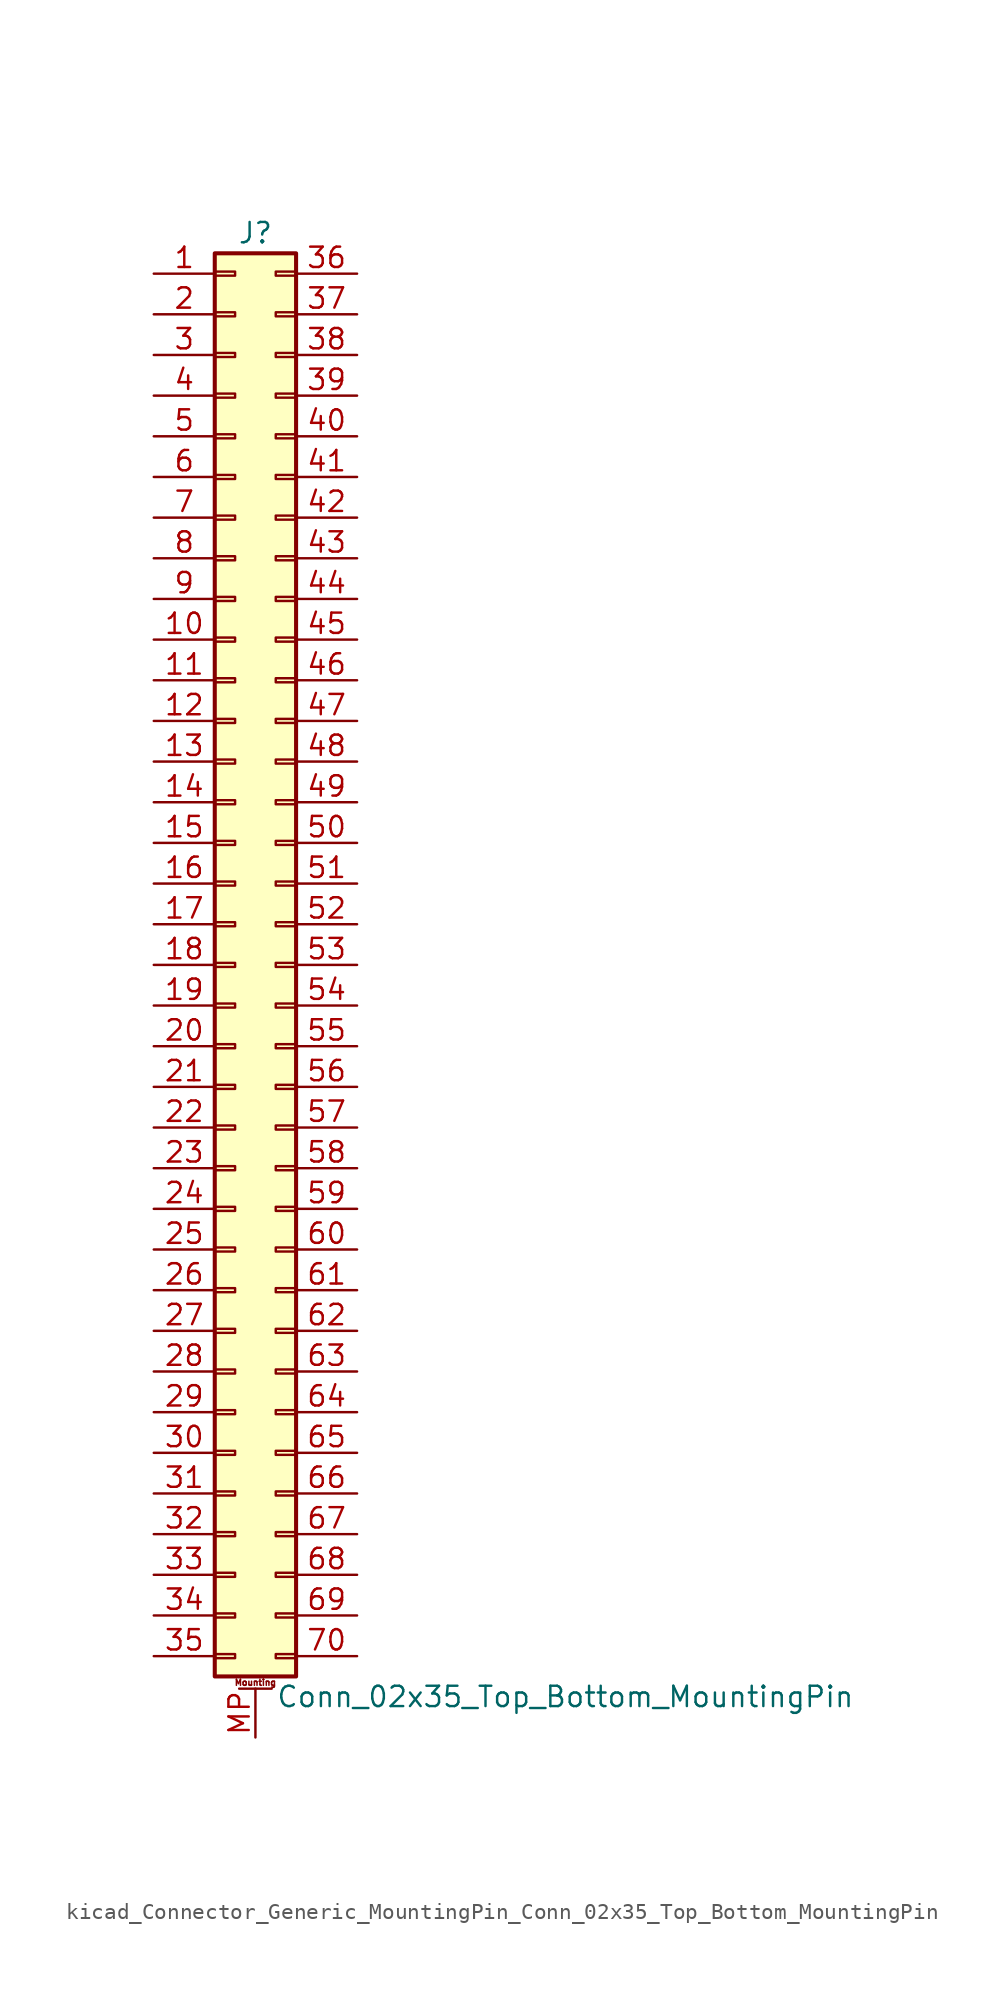
<source format=kicad_sym>
(kicad_symbol_lib
  (version 20220914)
  (generator kicad_symbol_editor)
  (symbol "kicad_Connector_Generic_MountingPin_Conn_02x35_Top_Bottom_MountingPin"
    (pin_names
      (offset 1.016) hide)
    (property "Reference" "J"
      (at 1.27 45.72 0)
      (effects (font (size 1.27 1.27))))
    (property "Value" "Conn_02x35_Top_Bottom_MountingPin"
      (at 2.54 -45.72 0)
      (effects (font (size 1.27 1.27)) (justify left)))
    (symbol "kicad_Connector_Generic_MountingPin_Conn_02x35_Top_Bottom_MountingPin_1_1"
      (rectangle (start -1.27 -43.053) (end 0 -43.307) (stroke (width 0.152) (type default)) (fill (type none)))
      (rectangle (start -1.27 -40.513) (end 0 -40.767) (stroke (width 0.152) (type default)) (fill (type none)))
      (rectangle (start -1.27 -37.973) (end 0 -38.227) (stroke (width 0.152) (type default)) (fill (type none)))
      (rectangle (start -1.27 -35.433) (end 0 -35.687) (stroke (width 0.152) (type default)) (fill (type none)))
      (rectangle (start -1.27 -32.893) (end 0 -33.147) (stroke (width 0.152) (type default)) (fill (type none)))
      (rectangle (start -1.27 -30.353) (end 0 -30.607) (stroke (width 0.152) (type default)) (fill (type none)))
      (rectangle (start -1.27 -27.813) (end 0 -28.067) (stroke (width 0.152) (type default)) (fill (type none)))
      (rectangle (start -1.27 -25.273) (end 0 -25.527) (stroke (width 0.152) (type default)) (fill (type none)))
      (rectangle (start -1.27 -22.733) (end 0 -22.987) (stroke (width 0.152) (type default)) (fill (type none)))
      (rectangle (start -1.27 -20.193) (end 0 -20.447) (stroke (width 0.152) (type default)) (fill (type none)))
      (rectangle (start -1.27 -17.653) (end 0 -17.907) (stroke (width 0.152) (type default)) (fill (type none)))
      (rectangle (start -1.27 -15.113) (end 0 -15.367) (stroke (width 0.152) (type default)) (fill (type none)))
      (rectangle (start -1.27 -12.573) (end 0 -12.827) (stroke (width 0.152) (type default)) (fill (type none)))
      (rectangle (start -1.27 -10.033) (end 0 -10.287) (stroke (width 0.152) (type default)) (fill (type none)))
      (rectangle (start -1.27 -7.493) (end 0 -7.747) (stroke (width 0.152) (type default)) (fill (type none)))
      (rectangle (start -1.27 -4.953) (end 0 -5.207) (stroke (width 0.152) (type default)) (fill (type none)))
      (rectangle (start -1.27 -2.413) (end 0 -2.667) (stroke (width 0.152) (type default)) (fill (type none)))
      (rectangle (start -1.27 0.127) (end 0 -0.127) (stroke (width 0.152) (type default)) (fill (type none)))
      (rectangle (start -1.27 2.667) (end 0 2.413) (stroke (width 0.152) (type default)) (fill (type none)))
      (rectangle (start -1.27 5.207) (end 0 4.953) (stroke (width 0.152) (type default)) (fill (type none)))
      (rectangle (start -1.27 7.747) (end 0 7.493) (stroke (width 0.152) (type default)) (fill (type none)))
      (rectangle (start -1.27 10.287) (end 0 10.033) (stroke (width 0.152) (type default)) (fill (type none)))
      (rectangle (start -1.27 12.827) (end 0 12.573) (stroke (width 0.152) (type default)) (fill (type none)))
      (rectangle (start -1.27 15.367) (end 0 15.113) (stroke (width 0.152) (type default)) (fill (type none)))
      (rectangle (start -1.27 17.907) (end 0 17.653) (stroke (width 0.152) (type default)) (fill (type none)))
      (rectangle (start -1.27 20.447) (end 0 20.193) (stroke (width 0.152) (type default)) (fill (type none)))
      (rectangle (start -1.27 22.987) (end 0 22.733) (stroke (width 0.152) (type default)) (fill (type none)))
      (rectangle (start -1.27 25.527) (end 0 25.273) (stroke (width 0.152) (type default)) (fill (type none)))
      (rectangle (start -1.27 28.067) (end 0 27.813) (stroke (width 0.152) (type default)) (fill (type none)))
      (rectangle (start -1.27 30.607) (end 0 30.353) (stroke (width 0.152) (type default)) (fill (type none)))
      (rectangle (start -1.27 33.147) (end 0 32.893) (stroke (width 0.152) (type default)) (fill (type none)))
      (rectangle (start -1.27 35.687) (end 0 35.433) (stroke (width 0.152) (type default)) (fill (type none)))
      (rectangle (start -1.27 38.227) (end 0 37.973) (stroke (width 0.152) (type default)) (fill (type none)))
      (rectangle (start -1.27 40.767) (end 0 40.513) (stroke (width 0.152) (type default)) (fill (type none)))
      (rectangle (start -1.27 43.307) (end 0 43.053) (stroke (width 0.152) (type default)) (fill (type none)))
      (rectangle (start -1.27 44.45) (end 3.81 -44.45) (stroke (width 0.254) (type default)) (fill (type background)))
      (polyline (pts (xy 0.254 -45.212) (xy 2.286 -45.212)) (stroke (width 0.152) (type default)) (fill (type none)))
      (rectangle (start 3.81 -43.053) (end 2.54 -43.307) (stroke (width 0.152) (type default)) (fill (type none)))
      (rectangle (start 3.81 -40.513) (end 2.54 -40.767) (stroke (width 0.152) (type default)) (fill (type none)))
      (rectangle (start 3.81 -37.973) (end 2.54 -38.227) (stroke (width 0.152) (type default)) (fill (type none)))
      (rectangle (start 3.81 -35.433) (end 2.54 -35.687) (stroke (width 0.152) (type default)) (fill (type none)))
      (rectangle (start 3.81 -32.893) (end 2.54 -33.147) (stroke (width 0.152) (type default)) (fill (type none)))
      (rectangle (start 3.81 -30.353) (end 2.54 -30.607) (stroke (width 0.152) (type default)) (fill (type none)))
      (rectangle (start 3.81 -27.813) (end 2.54 -28.067) (stroke (width 0.152) (type default)) (fill (type none)))
      (rectangle (start 3.81 -25.273) (end 2.54 -25.527) (stroke (width 0.152) (type default)) (fill (type none)))
      (rectangle (start 3.81 -22.733) (end 2.54 -22.987) (stroke (width 0.152) (type default)) (fill (type none)))
      (rectangle (start 3.81 -20.193) (end 2.54 -20.447) (stroke (width 0.152) (type default)) (fill (type none)))
      (rectangle (start 3.81 -17.653) (end 2.54 -17.907) (stroke (width 0.152) (type default)) (fill (type none)))
      (rectangle (start 3.81 -15.113) (end 2.54 -15.367) (stroke (width 0.152) (type default)) (fill (type none)))
      (rectangle (start 3.81 -12.573) (end 2.54 -12.827) (stroke (width 0.152) (type default)) (fill (type none)))
      (rectangle (start 3.81 -10.033) (end 2.54 -10.287) (stroke (width 0.152) (type default)) (fill (type none)))
      (rectangle (start 3.81 -7.493) (end 2.54 -7.747) (stroke (width 0.152) (type default)) (fill (type none)))
      (rectangle (start 3.81 -4.953) (end 2.54 -5.207) (stroke (width 0.152) (type default)) (fill (type none)))
      (rectangle (start 3.81 -2.413) (end 2.54 -2.667) (stroke (width 0.152) (type default)) (fill (type none)))
      (rectangle (start 3.81 0.127) (end 2.54 -0.127) (stroke (width 0.152) (type default)) (fill (type none)))
      (rectangle (start 3.81 2.667) (end 2.54 2.413) (stroke (width 0.152) (type default)) (fill (type none)))
      (rectangle (start 3.81 5.207) (end 2.54 4.953) (stroke (width 0.152) (type default)) (fill (type none)))
      (rectangle (start 3.81 7.747) (end 2.54 7.493) (stroke (width 0.152) (type default)) (fill (type none)))
      (rectangle (start 3.81 10.287) (end 2.54 10.033) (stroke (width 0.152) (type default)) (fill (type none)))
      (rectangle (start 3.81 12.827) (end 2.54 12.573) (stroke (width 0.152) (type default)) (fill (type none)))
      (rectangle (start 3.81 15.367) (end 2.54 15.113) (stroke (width 0.152) (type default)) (fill (type none)))
      (rectangle (start 3.81 17.907) (end 2.54 17.653) (stroke (width 0.152) (type default)) (fill (type none)))
      (rectangle (start 3.81 20.447) (end 2.54 20.193) (stroke (width 0.152) (type default)) (fill (type none)))
      (rectangle (start 3.81 22.987) (end 2.54 22.733) (stroke (width 0.152) (type default)) (fill (type none)))
      (rectangle (start 3.81 25.527) (end 2.54 25.273) (stroke (width 0.152) (type default)) (fill (type none)))
      (rectangle (start 3.81 28.067) (end 2.54 27.813) (stroke (width 0.152) (type default)) (fill (type none)))
      (rectangle (start 3.81 30.607) (end 2.54 30.353) (stroke (width 0.152) (type default)) (fill (type none)))
      (rectangle (start 3.81 33.147) (end 2.54 32.893) (stroke (width 0.152) (type default)) (fill (type none)))
      (rectangle (start 3.81 35.687) (end 2.54 35.433) (stroke (width 0.152) (type default)) (fill (type none)))
      (rectangle (start 3.81 38.227) (end 2.54 37.973) (stroke (width 0.152) (type default)) (fill (type none)))
      (rectangle (start 3.81 40.767) (end 2.54 40.513) (stroke (width 0.152) (type default)) (fill (type none)))
      (rectangle (start 3.81 43.307) (end 2.54 43.053) (stroke (width 0.152) (type default)) (fill (type none)))
      (text "Mounting" (at 1.27 -44.831 0) (effects (font (size 0.381 0.381))))
      (pin passive line (at -5.08 43.18 0) (length 3.81) (name "Pin_1" (effects (font (size 1.27 1.27)))) (number "1" (effects (font (size 1.27 1.27)))))
      (pin passive line (at -5.08 20.32 0) (length 3.81) (name "Pin_10" (effects (font (size 1.27 1.27)))) (number "10" (effects (font (size 1.27 1.27)))))
      (pin passive line (at -5.08 17.78 0) (length 3.81) (name "Pin_11" (effects (font (size 1.27 1.27)))) (number "11" (effects (font (size 1.27 1.27)))))
      (pin passive line (at -5.08 15.24 0) (length 3.81) (name "Pin_12" (effects (font (size 1.27 1.27)))) (number "12" (effects (font (size 1.27 1.27)))))
      (pin passive line (at -5.08 12.7 0) (length 3.81) (name "Pin_13" (effects (font (size 1.27 1.27)))) (number "13" (effects (font (size 1.27 1.27)))))
      (pin passive line (at -5.08 10.16 0) (length 3.81) (name "Pin_14" (effects (font (size 1.27 1.27)))) (number "14" (effects (font (size 1.27 1.27)))))
      (pin passive line (at -5.08 7.62 0) (length 3.81) (name "Pin_15" (effects (font (size 1.27 1.27)))) (number "15" (effects (font (size 1.27 1.27)))))
      (pin passive line (at -5.08 5.08 0) (length 3.81) (name "Pin_16" (effects (font (size 1.27 1.27)))) (number "16" (effects (font (size 1.27 1.27)))))
      (pin passive line (at -5.08 2.54 0) (length 3.81) (name "Pin_17" (effects (font (size 1.27 1.27)))) (number "17" (effects (font (size 1.27 1.27)))))
      (pin passive line (at -5.08 0 0) (length 3.81) (name "Pin_18" (effects (font (size 1.27 1.27)))) (number "18" (effects (font (size 1.27 1.27)))))
      (pin passive line (at -5.08 -2.54 0) (length 3.81) (name "Pin_19" (effects (font (size 1.27 1.27)))) (number "19" (effects (font (size 1.27 1.27)))))
      (pin passive line (at -5.08 40.64 0) (length 3.81) (name "Pin_2" (effects (font (size 1.27 1.27)))) (number "2" (effects (font (size 1.27 1.27)))))
      (pin passive line (at -5.08 -5.08 0) (length 3.81) (name "Pin_20" (effects (font (size 1.27 1.27)))) (number "20" (effects (font (size 1.27 1.27)))))
      (pin passive line (at -5.08 -7.62 0) (length 3.81) (name "Pin_21" (effects (font (size 1.27 1.27)))) (number "21" (effects (font (size 1.27 1.27)))))
      (pin passive line (at -5.08 -10.16 0) (length 3.81) (name "Pin_22" (effects (font (size 1.27 1.27)))) (number "22" (effects (font (size 1.27 1.27)))))
      (pin passive line (at -5.08 -12.7 0) (length 3.81) (name "Pin_23" (effects (font (size 1.27 1.27)))) (number "23" (effects (font (size 1.27 1.27)))))
      (pin passive line (at -5.08 -15.24 0) (length 3.81) (name "Pin_24" (effects (font (size 1.27 1.27)))) (number "24" (effects (font (size 1.27 1.27)))))
      (pin passive line (at -5.08 -17.78 0) (length 3.81) (name "Pin_25" (effects (font (size 1.27 1.27)))) (number "25" (effects (font (size 1.27 1.27)))))
      (pin passive line (at -5.08 -20.32 0) (length 3.81) (name "Pin_26" (effects (font (size 1.27 1.27)))) (number "26" (effects (font (size 1.27 1.27)))))
      (pin passive line (at -5.08 -22.86 0) (length 3.81) (name "Pin_27" (effects (font (size 1.27 1.27)))) (number "27" (effects (font (size 1.27 1.27)))))
      (pin passive line (at -5.08 -25.4 0) (length 3.81) (name "Pin_28" (effects (font (size 1.27 1.27)))) (number "28" (effects (font (size 1.27 1.27)))))
      (pin passive line (at -5.08 -27.94 0) (length 3.81) (name "Pin_29" (effects (font (size 1.27 1.27)))) (number "29" (effects (font (size 1.27 1.27)))))
      (pin passive line (at -5.08 38.1 0) (length 3.81) (name "Pin_3" (effects (font (size 1.27 1.27)))) (number "3" (effects (font (size 1.27 1.27)))))
      (pin passive line (at -5.08 -30.48 0) (length 3.81) (name "Pin_30" (effects (font (size 1.27 1.27)))) (number "30" (effects (font (size 1.27 1.27)))))
      (pin passive line (at -5.08 -33.02 0) (length 3.81) (name "Pin_31" (effects (font (size 1.27 1.27)))) (number "31" (effects (font (size 1.27 1.27)))))
      (pin passive line (at -5.08 -35.56 0) (length 3.81) (name "Pin_32" (effects (font (size 1.27 1.27)))) (number "32" (effects (font (size 1.27 1.27)))))
      (pin passive line (at -5.08 -38.1 0) (length 3.81) (name "Pin_33" (effects (font (size 1.27 1.27)))) (number "33" (effects (font (size 1.27 1.27)))))
      (pin passive line (at -5.08 -40.64 0) (length 3.81) (name "Pin_34" (effects (font (size 1.27 1.27)))) (number "34" (effects (font (size 1.27 1.27)))))
      (pin passive line (at -5.08 -43.18 0) (length 3.81) (name "Pin_35" (effects (font (size 1.27 1.27)))) (number "35" (effects (font (size 1.27 1.27)))))
      (pin passive line (at 7.62 43.18 180) (length 3.81) (name "Pin_36" (effects (font (size 1.27 1.27)))) (number "36" (effects (font (size 1.27 1.27)))))
      (pin passive line (at 7.62 40.64 180) (length 3.81) (name "Pin_37" (effects (font (size 1.27 1.27)))) (number "37" (effects (font (size 1.27 1.27)))))
      (pin passive line (at 7.62 38.1 180) (length 3.81) (name "Pin_38" (effects (font (size 1.27 1.27)))) (number "38" (effects (font (size 1.27 1.27)))))
      (pin passive line (at 7.62 35.56 180) (length 3.81) (name "Pin_39" (effects (font (size 1.27 1.27)))) (number "39" (effects (font (size 1.27 1.27)))))
      (pin passive line (at -5.08 35.56 0) (length 3.81) (name "Pin_4" (effects (font (size 1.27 1.27)))) (number "4" (effects (font (size 1.27 1.27)))))
      (pin passive line (at 7.62 33.02 180) (length 3.81) (name "Pin_40" (effects (font (size 1.27 1.27)))) (number "40" (effects (font (size 1.27 1.27)))))
      (pin passive line (at 7.62 30.48 180) (length 3.81) (name "Pin_41" (effects (font (size 1.27 1.27)))) (number "41" (effects (font (size 1.27 1.27)))))
      (pin passive line (at 7.62 27.94 180) (length 3.81) (name "Pin_42" (effects (font (size 1.27 1.27)))) (number "42" (effects (font (size 1.27 1.27)))))
      (pin passive line (at 7.62 25.4 180) (length 3.81) (name "Pin_43" (effects (font (size 1.27 1.27)))) (number "43" (effects (font (size 1.27 1.27)))))
      (pin passive line (at 7.62 22.86 180) (length 3.81) (name "Pin_44" (effects (font (size 1.27 1.27)))) (number "44" (effects (font (size 1.27 1.27)))))
      (pin passive line (at 7.62 20.32 180) (length 3.81) (name "Pin_45" (effects (font (size 1.27 1.27)))) (number "45" (effects (font (size 1.27 1.27)))))
      (pin passive line (at 7.62 17.78 180) (length 3.81) (name "Pin_46" (effects (font (size 1.27 1.27)))) (number "46" (effects (font (size 1.27 1.27)))))
      (pin passive line (at 7.62 15.24 180) (length 3.81) (name "Pin_47" (effects (font (size 1.27 1.27)))) (number "47" (effects (font (size 1.27 1.27)))))
      (pin passive line (at 7.62 12.7 180) (length 3.81) (name "Pin_48" (effects (font (size 1.27 1.27)))) (number "48" (effects (font (size 1.27 1.27)))))
      (pin passive line (at 7.62 10.16 180) (length 3.81) (name "Pin_49" (effects (font (size 1.27 1.27)))) (number "49" (effects (font (size 1.27 1.27)))))
      (pin passive line (at -5.08 33.02 0) (length 3.81) (name "Pin_5" (effects (font (size 1.27 1.27)))) (number "5" (effects (font (size 1.27 1.27)))))
      (pin passive line (at 7.62 7.62 180) (length 3.81) (name "Pin_50" (effects (font (size 1.27 1.27)))) (number "50" (effects (font (size 1.27 1.27)))))
      (pin passive line (at 7.62 5.08 180) (length 3.81) (name "Pin_51" (effects (font (size 1.27 1.27)))) (number "51" (effects (font (size 1.27 1.27)))))
      (pin passive line (at 7.62 2.54 180) (length 3.81) (name "Pin_52" (effects (font (size 1.27 1.27)))) (number "52" (effects (font (size 1.27 1.27)))))
      (pin passive line (at 7.62 0 180) (length 3.81) (name "Pin_53" (effects (font (size 1.27 1.27)))) (number "53" (effects (font (size 1.27 1.27)))))
      (pin passive line (at 7.62 -2.54 180) (length 3.81) (name "Pin_54" (effects (font (size 1.27 1.27)))) (number "54" (effects (font (size 1.27 1.27)))))
      (pin passive line (at 7.62 -5.08 180) (length 3.81) (name "Pin_55" (effects (font (size 1.27 1.27)))) (number "55" (effects (font (size 1.27 1.27)))))
      (pin passive line (at 7.62 -7.62 180) (length 3.81) (name "Pin_56" (effects (font (size 1.27 1.27)))) (number "56" (effects (font (size 1.27 1.27)))))
      (pin passive line (at 7.62 -10.16 180) (length 3.81) (name "Pin_57" (effects (font (size 1.27 1.27)))) (number "57" (effects (font (size 1.27 1.27)))))
      (pin passive line (at 7.62 -12.7 180) (length 3.81) (name "Pin_58" (effects (font (size 1.27 1.27)))) (number "58" (effects (font (size 1.27 1.27)))))
      (pin passive line (at 7.62 -15.24 180) (length 3.81) (name "Pin_59" (effects (font (size 1.27 1.27)))) (number "59" (effects (font (size 1.27 1.27)))))
      (pin passive line (at -5.08 30.48 0) (length 3.81) (name "Pin_6" (effects (font (size 1.27 1.27)))) (number "6" (effects (font (size 1.27 1.27)))))
      (pin passive line (at 7.62 -17.78 180) (length 3.81) (name "Pin_60" (effects (font (size 1.27 1.27)))) (number "60" (effects (font (size 1.27 1.27)))))
      (pin passive line (at 7.62 -20.32 180) (length 3.81) (name "Pin_61" (effects (font (size 1.27 1.27)))) (number "61" (effects (font (size 1.27 1.27)))))
      (pin passive line (at 7.62 -22.86 180) (length 3.81) (name "Pin_62" (effects (font (size 1.27 1.27)))) (number "62" (effects (font (size 1.27 1.27)))))
      (pin passive line (at 7.62 -25.4 180) (length 3.81) (name "Pin_63" (effects (font (size 1.27 1.27)))) (number "63" (effects (font (size 1.27 1.27)))))
      (pin passive line (at 7.62 -27.94 180) (length 3.81) (name "Pin_64" (effects (font (size 1.27 1.27)))) (number "64" (effects (font (size 1.27 1.27)))))
      (pin passive line (at 7.62 -30.48 180) (length 3.81) (name "Pin_65" (effects (font (size 1.27 1.27)))) (number "65" (effects (font (size 1.27 1.27)))))
      (pin passive line (at 7.62 -33.02 180) (length 3.81) (name "Pin_66" (effects (font (size 1.27 1.27)))) (number "66" (effects (font (size 1.27 1.27)))))
      (pin passive line (at 7.62 -35.56 180) (length 3.81) (name "Pin_67" (effects (font (size 1.27 1.27)))) (number "67" (effects (font (size 1.27 1.27)))))
      (pin passive line (at 7.62 -38.1 180) (length 3.81) (name "Pin_68" (effects (font (size 1.27 1.27)))) (number "68" (effects (font (size 1.27 1.27)))))
      (pin passive line (at 7.62 -40.64 180) (length 3.81) (name "Pin_69" (effects (font (size 1.27 1.27)))) (number "69" (effects (font (size 1.27 1.27)))))
      (pin passive line (at -5.08 27.94 0) (length 3.81) (name "Pin_7" (effects (font (size 1.27 1.27)))) (number "7" (effects (font (size 1.27 1.27)))))
      (pin passive line (at 7.62 -43.18 180) (length 3.81) (name "Pin_70" (effects (font (size 1.27 1.27)))) (number "70" (effects (font (size 1.27 1.27)))))
      (pin passive line (at -5.08 25.4 0) (length 3.81) (name "Pin_8" (effects (font (size 1.27 1.27)))) (number "8" (effects (font (size 1.27 1.27)))))
      (pin passive line (at -5.08 22.86 0) (length 3.81) (name "Pin_9" (effects (font (size 1.27 1.27)))) (number "9" (effects (font (size 1.27 1.27)))))
      (pin passive line (at 1.27 -48.26 90) (length 3.048) (name "MountPin" (effects (font (size 1.27 1.27)))) (number "MP" (effects (font (size 1.27 1.27))))))))
</source>
